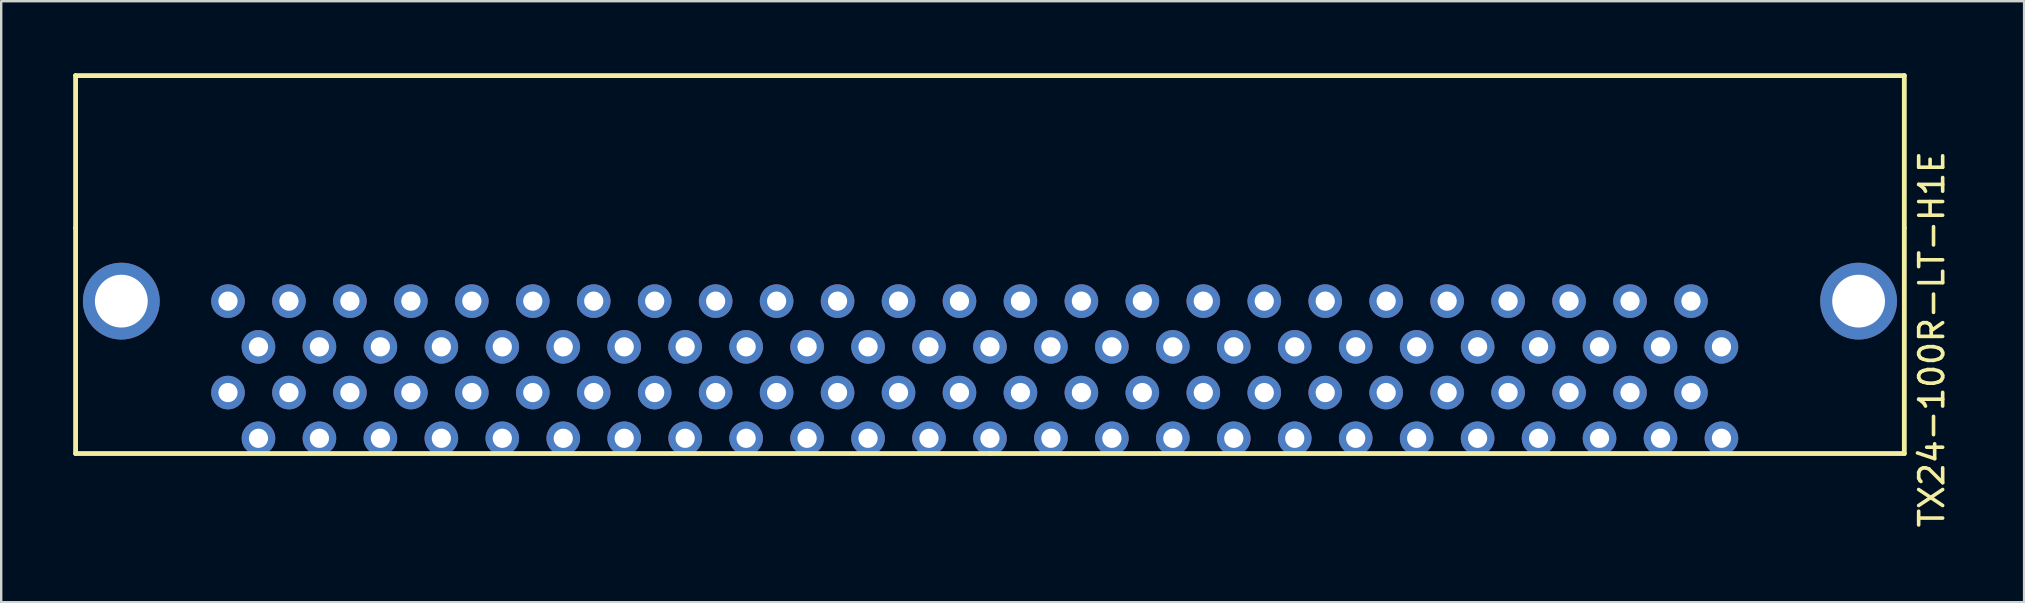
<source format=kicad_pcb>
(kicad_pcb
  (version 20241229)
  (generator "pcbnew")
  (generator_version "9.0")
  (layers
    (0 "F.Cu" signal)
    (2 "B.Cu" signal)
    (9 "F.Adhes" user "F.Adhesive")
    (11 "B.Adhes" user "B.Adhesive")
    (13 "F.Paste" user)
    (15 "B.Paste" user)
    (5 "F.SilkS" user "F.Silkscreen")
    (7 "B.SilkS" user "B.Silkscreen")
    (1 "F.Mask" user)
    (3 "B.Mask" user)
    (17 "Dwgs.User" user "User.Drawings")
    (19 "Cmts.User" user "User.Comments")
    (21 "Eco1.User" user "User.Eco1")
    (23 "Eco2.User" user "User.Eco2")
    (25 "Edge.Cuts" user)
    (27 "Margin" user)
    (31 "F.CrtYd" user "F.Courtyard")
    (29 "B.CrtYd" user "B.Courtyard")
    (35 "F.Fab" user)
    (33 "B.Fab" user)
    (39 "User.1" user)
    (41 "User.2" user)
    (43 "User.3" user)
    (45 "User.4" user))
  (footprint "TX24-100R-LT-H1E"
    (layer "F.Cu")
    (at 68.68 15.213)
    (property "Reference" "TX24-100R-LT-H1E" (at 8.763 -4.128 90) (layer "F.SilkS") (effects (font (size 1 1) (thickness 0.15))))
    (attr through_hole)
    (fp_line (start -68.58 -15.113) (end -68.58 -8.763) (stroke (width 0.2) (type solid)) (layer "F.SilkS"))
    (fp_line (start -68.58 -8.763) (end -68.58 0.635) (stroke (width 0.2) (type solid)) (layer "F.SilkS"))
    (fp_line (start -68.58 0.635) (end -30.48 0.635) (stroke (width 0.2) (type solid)) (layer "F.SilkS"))
    (fp_line (start -30.48 0.635) (end 7.62 0.635) (stroke (width 0.2) (type solid)) (layer "F.SilkS"))
    (fp_line (start 7.62 -15.113) (end -68.58 -15.113) (stroke (width 0.2) (type solid)) (layer "F.SilkS"))
    (fp_line (start 7.62 -8.763) (end 7.62 -15.113) (stroke (width 0.2) (type solid)) (layer "F.SilkS"))
    (fp_line (start 7.62 0.635) (end 7.62 -8.763) (stroke (width 0.2) (type solid)) (layer "F.SilkS"))
    (pad "" np_thru_hole circle (at -66.675 -5.715 180) (size 3.2 3.2) (drill 2.2) (layers "*.Cu" "*.Mask"))
    (pad "" np_thru_hole circle (at 5.715 -5.715 180) (size 3.2 3.2) (drill 2.2) (layers "*.Cu" "*.Mask"))
    (pad "A1" thru_hole circle (at 0 0 180) (size 1.4 1.4) (drill 0.8) (layers "*.Cu" "*.Mask"))
    (pad "A2" thru_hole circle (at -1.27 -1.905 180) (size 1.4 1.4) (drill 0.8) (layers "*.Cu" "*.Mask"))
    (pad "A3" thru_hole circle (at -2.54 0 180) (size 1.4 1.4) (drill 0.8) (layers "*.Cu" "*.Mask"))
    (pad "A4" thru_hole circle (at -3.81 -1.905 180) (size 1.4 1.4) (drill 0.8) (layers "*.Cu" "*.Mask"))
    (pad "A5" thru_hole circle (at -5.08 0 180) (size 1.4 1.4) (drill 0.8) (layers "*.Cu" "*.Mask"))
    (pad "A6" thru_hole circle (at -6.35 -1.905 180) (size 1.4 1.4) (drill 0.8) (layers "*.Cu" "*.Mask"))
    (pad "A7" thru_hole circle (at -7.62 0 180) (size 1.4 1.4) (drill 0.8) (layers "*.Cu" "*.Mask"))
    (pad "A8" thru_hole circle (at -8.89 -1.905 180) (size 1.4 1.4) (drill 0.8) (layers "*.Cu" "*.Mask"))
    (pad "A9" thru_hole circle (at -10.16 0 180) (size 1.4 1.4) (drill 0.8) (layers "*.Cu" "*.Mask"))
    (pad "A10" thru_hole circle (at -11.43 -1.905 180) (size 1.4 1.4) (drill 0.8) (layers "*.Cu" "*.Mask"))
    (pad "A11" thru_hole circle (at -12.7 0 180) (size 1.4 1.4) (drill 0.8) (layers "*.Cu" "*.Mask"))
    (pad "A12" thru_hole circle (at -13.97 -1.905 180) (size 1.4 1.4) (drill 0.8) (layers "*.Cu" "*.Mask"))
    (pad "A13" thru_hole circle (at -15.24 0 180) (size 1.4 1.4) (drill 0.8) (layers "*.Cu" "*.Mask"))
    (pad "A14" thru_hole circle (at -16.51 -1.905 180) (size 1.4 1.4) (drill 0.8) (layers "*.Cu" "*.Mask"))
    (pad "A15" thru_hole circle (at -17.78 0 180) (size 1.4 1.4) (drill 0.8) (layers "*.Cu" "*.Mask"))
    (pad "A16" thru_hole circle (at -19.05 -1.905 180) (size 1.4 1.4) (drill 0.8) (layers "*.Cu" "*.Mask"))
    (pad "A17" thru_hole circle (at -20.32 0 180) (size 1.4 1.4) (drill 0.8) (layers "*.Cu" "*.Mask"))
    (pad "A18" thru_hole circle (at -21.59 -1.905 180) (size 1.4 1.4) (drill 0.8) (layers "*.Cu" "*.Mask"))
    (pad "A19" thru_hole circle (at -22.86 0 180) (size 1.4 1.4) (drill 0.8) (layers "*.Cu" "*.Mask"))
    (pad "A20" thru_hole circle (at -24.13 -1.905 180) (size 1.4 1.4) (drill 0.8) (layers "*.Cu" "*.Mask"))
    (pad "A21" thru_hole circle (at -25.4 0 180) (size 1.4 1.4) (drill 0.8) (layers "*.Cu" "*.Mask"))
    (pad "A22" thru_hole circle (at -26.67 -1.905 180) (size 1.4 1.4) (drill 0.8) (layers "*.Cu" "*.Mask"))
    (pad "A23" thru_hole circle (at -27.94 0 180) (size 1.4 1.4) (drill 0.8) (layers "*.Cu" "*.Mask"))
    (pad "A24" thru_hole circle (at -29.21 -1.905 180) (size 1.4 1.4) (drill 0.8) (layers "*.Cu" "*.Mask"))
    (pad "A25" thru_hole circle (at -30.48 0 180) (size 1.4 1.4) (drill 0.8) (layers "*.Cu" "*.Mask"))
    (pad "A26" thru_hole circle (at -31.75 -1.905 180) (size 1.4 1.4) (drill 0.8) (layers "*.Cu" "*.Mask"))
    (pad "A27" thru_hole circle (at -33.02 0 180) (size 1.4 1.4) (drill 0.8) (layers "*.Cu" "*.Mask"))
    (pad "A28" thru_hole circle (at -34.29 -1.905 180) (size 1.4 1.4) (drill 0.8) (layers "*.Cu" "*.Mask"))
    (pad "A29" thru_hole circle (at -35.56 0 180) (size 1.4 1.4) (drill 0.8) (layers "*.Cu" "*.Mask"))
    (pad "A30" thru_hole circle (at -36.83 -1.905 180) (size 1.4 1.4) (drill 0.8) (layers "*.Cu" "*.Mask"))
    (pad "A31" thru_hole circle (at -38.1 0 180) (size 1.4 1.4) (drill 0.8) (layers "*.Cu" "*.Mask"))
    (pad "A32" thru_hole circle (at -39.37 -1.905 180) (size 1.4 1.4) (drill 0.8) (layers "*.Cu" "*.Mask"))
    (pad "A33" thru_hole circle (at -40.64 0 180) (size 1.4 1.4) (drill 0.8) (layers "*.Cu" "*.Mask"))
    (pad "A34" thru_hole circle (at -41.91 -1.905 180) (size 1.4 1.4) (drill 0.8) (layers "*.Cu" "*.Mask"))
    (pad "A35" thru_hole circle (at -43.18 0 180) (size 1.4 1.4) (drill 0.8) (layers "*.Cu" "*.Mask"))
    (pad "A36" thru_hole circle (at -44.45 -1.905 180) (size 1.4 1.4) (drill 0.8) (layers "*.Cu" "*.Mask"))
    (pad "A37" thru_hole circle (at -45.72 0 180) (size 1.4 1.4) (drill 0.8) (layers "*.Cu" "*.Mask"))
    (pad "A38" thru_hole circle (at -46.99 -1.905 180) (size 1.4 1.4) (drill 0.8) (layers "*.Cu" "*.Mask"))
    (pad "A39" thru_hole circle (at -48.26 0 180) (size 1.4 1.4) (drill 0.8) (layers "*.Cu" "*.Mask"))
    (pad "A40" thru_hole circle (at -49.53 -1.905 180) (size 1.4 1.4) (drill 0.8) (layers "*.Cu" "*.Mask"))
    (pad "A41" thru_hole circle (at -50.8 0 180) (size 1.4 1.4) (drill 0.8) (layers "*.Cu" "*.Mask"))
    (pad "A42" thru_hole circle (at -52.07 -1.905 180) (size 1.4 1.4) (drill 0.8) (layers "*.Cu" "*.Mask"))
    (pad "A43" thru_hole circle (at -53.34 0 180) (size 1.4 1.4) (drill 0.8) (layers "*.Cu" "*.Mask"))
    (pad "A44" thru_hole circle (at -54.61 -1.905 180) (size 1.4 1.4) (drill 0.8) (layers "*.Cu" "*.Mask"))
    (pad "A45" thru_hole circle (at -55.88 0 180) (size 1.4 1.4) (drill 0.8) (layers "*.Cu" "*.Mask"))
    (pad "A46" thru_hole circle (at -57.15 -1.905 180) (size 1.4 1.4) (drill 0.8) (layers "*.Cu" "*.Mask"))
    (pad "A47" thru_hole circle (at -58.42 0 180) (size 1.4 1.4) (drill 0.8) (layers "*.Cu" "*.Mask"))
    (pad "A48" thru_hole circle (at -59.69 -1.905 180) (size 1.4 1.4) (drill 0.8) (layers "*.Cu" "*.Mask"))
    (pad "A49" thru_hole circle (at -60.96 0 180) (size 1.4 1.4) (drill 0.8) (layers "*.Cu" "*.Mask"))
    (pad "A50" thru_hole circle (at -62.23 -1.905 180) (size 1.4 1.4) (drill 0.8) (layers "*.Cu" "*.Mask"))
    (pad "B1" thru_hole circle (at 0 -3.81 180) (size 1.4 1.4) (drill 0.8) (layers "*.Cu" "*.Mask"))
    (pad "B2" thru_hole circle (at -1.27 -5.715 180) (size 1.4 1.4) (drill 0.8) (layers "*.Cu" "*.Mask"))
    (pad "B3" thru_hole circle (at -2.54 -3.81 180) (size 1.4 1.4) (drill 0.8) (layers "*.Cu" "*.Mask"))
    (pad "B4" thru_hole circle (at -3.81 -5.715 180) (size 1.4 1.4) (drill 0.8) (layers "*.Cu" "*.Mask"))
    (pad "B5" thru_hole circle (at -5.08 -3.81 180) (size 1.4 1.4) (drill 0.8) (layers "*.Cu" "*.Mask"))
    (pad "B6" thru_hole circle (at -6.35 -5.715 180) (size 1.4 1.4) (drill 0.8) (layers "*.Cu" "*.Mask"))
    (pad "B7" thru_hole circle (at -7.62 -3.81 180) (size 1.4 1.4) (drill 0.8) (layers "*.Cu" "*.Mask"))
    (pad "B8" thru_hole circle (at -8.89 -5.715 180) (size 1.4 1.4) (drill 0.8) (layers "*.Cu" "*.Mask"))
    (pad "B9" thru_hole circle (at -10.16 -3.81 180) (size 1.4 1.4) (drill 0.8) (layers "*.Cu" "*.Mask"))
    (pad "B10" thru_hole circle (at -11.43 -5.715 180) (size 1.4 1.4) (drill 0.8) (layers "*.Cu" "*.Mask"))
    (pad "B11" thru_hole circle (at -12.7 -3.81 180) (size 1.4 1.4) (drill 0.8) (layers "*.Cu" "*.Mask"))
    (pad "B12" thru_hole circle (at -13.97 -5.715 180) (size 1.4 1.4) (drill 0.8) (layers "*.Cu" "*.Mask"))
    (pad "B13" thru_hole circle (at -15.24 -3.81 180) (size 1.4 1.4) (drill 0.8) (layers "*.Cu" "*.Mask"))
    (pad "B14" thru_hole circle (at -16.51 -5.715 180) (size 1.4 1.4) (drill 0.8) (layers "*.Cu" "*.Mask"))
    (pad "B15" thru_hole circle (at -17.78 -3.81 180) (size 1.4 1.4) (drill 0.8) (layers "*.Cu" "*.Mask"))
    (pad "B16" thru_hole circle (at -19.05 -5.715 180) (size 1.4 1.4) (drill 0.8) (layers "*.Cu" "*.Mask"))
    (pad "B17" thru_hole circle (at -20.32 -3.81 180) (size 1.4 1.4) (drill 0.8) (layers "*.Cu" "*.Mask"))
    (pad "B18" thru_hole circle (at -21.59 -5.715 180) (size 1.4 1.4) (drill 0.8) (layers "*.Cu" "*.Mask"))
    (pad "B19" thru_hole circle (at -22.86 -3.81 180) (size 1.4 1.4) (drill 0.8) (layers "*.Cu" "*.Mask"))
    (pad "B20" thru_hole circle (at -24.13 -5.715 180) (size 1.4 1.4) (drill 0.8) (layers "*.Cu" "*.Mask"))
    (pad "B21" thru_hole circle (at -25.4 -3.81 180) (size 1.4 1.4) (drill 0.8) (layers "*.Cu" "*.Mask"))
    (pad "B22" thru_hole circle (at -26.67 -5.715 180) (size 1.4 1.4) (drill 0.8) (layers "*.Cu" "*.Mask"))
    (pad "B23" thru_hole circle (at -27.94 -3.81 180) (size 1.4 1.4) (drill 0.8) (layers "*.Cu" "*.Mask"))
    (pad "B24" thru_hole circle (at -29.21 -5.715 180) (size 1.4 1.4) (drill 0.8) (layers "*.Cu" "*.Mask"))
    (pad "B25" thru_hole circle (at -30.48 -3.81 180) (size 1.4 1.4) (drill 0.8) (layers "*.Cu" "*.Mask"))
    (pad "B26" thru_hole circle (at -31.75 -5.715 180) (size 1.4 1.4) (drill 0.8) (layers "*.Cu" "*.Mask"))
    (pad "B27" thru_hole circle (at -33.02 -3.81 180) (size 1.4 1.4) (drill 0.8) (layers "*.Cu" "*.Mask"))
    (pad "B28" thru_hole circle (at -34.29 -5.715 180) (size 1.4 1.4) (drill 0.8) (layers "*.Cu" "*.Mask"))
    (pad "B29" thru_hole circle (at -35.56 -3.81 180) (size 1.4 1.4) (drill 0.8) (layers "*.Cu" "*.Mask"))
    (pad "B30" thru_hole circle (at -36.83 -5.715 180) (size 1.4 1.4) (drill 0.8) (layers "*.Cu" "*.Mask"))
    (pad "B31" thru_hole circle (at -38.1 -3.81 180) (size 1.4 1.4) (drill 0.8) (layers "*.Cu" "*.Mask"))
    (pad "B32" thru_hole circle (at -39.37 -5.715 180) (size 1.4 1.4) (drill 0.8) (layers "*.Cu" "*.Mask"))
    (pad "B33" thru_hole circle (at -40.64 -3.81 180) (size 1.4 1.4) (drill 0.8) (layers "*.Cu" "*.Mask"))
    (pad "B34" thru_hole circle (at -41.91 -5.715 180) (size 1.4 1.4) (drill 0.8) (layers "*.Cu" "*.Mask"))
    (pad "B35" thru_hole circle (at -43.18 -3.81 180) (size 1.4 1.4) (drill 0.8) (layers "*.Cu" "*.Mask"))
    (pad "B36" thru_hole circle (at -44.45 -5.715 180) (size 1.4 1.4) (drill 0.8) (layers "*.Cu" "*.Mask"))
    (pad "B37" thru_hole circle (at -45.72 -3.81 180) (size 1.4 1.4) (drill 0.8) (layers "*.Cu" "*.Mask"))
    (pad "B38" thru_hole circle (at -46.99 -5.715 180) (size 1.4 1.4) (drill 0.8) (layers "*.Cu" "*.Mask"))
    (pad "B39" thru_hole circle (at -48.26 -3.81 180) (size 1.4 1.4) (drill 0.8) (layers "*.Cu" "*.Mask"))
    (pad "B40" thru_hole circle (at -49.53 -5.715 180) (size 1.4 1.4) (drill 0.8) (layers "*.Cu" "*.Mask"))
    (pad "B41" thru_hole circle (at -50.8 -3.81 180) (size 1.4 1.4) (drill 0.8) (layers "*.Cu" "*.Mask"))
    (pad "B42" thru_hole circle (at -52.07 -5.715 180) (size 1.4 1.4) (drill 0.8) (layers "*.Cu" "*.Mask"))
    (pad "B43" thru_hole circle (at -53.34 -3.81 180) (size 1.4 1.4) (drill 0.8) (layers "*.Cu" "*.Mask"))
    (pad "B44" thru_hole circle (at -54.61 -5.715 180) (size 1.4 1.4) (drill 0.8) (layers "*.Cu" "*.Mask"))
    (pad "B45" thru_hole circle (at -55.88 -3.81 180) (size 1.4 1.4) (drill 0.8) (layers "*.Cu" "*.Mask"))
    (pad "B46" thru_hole circle (at -57.15 -5.715 180) (size 1.4 1.4) (drill 0.8) (layers "*.Cu" "*.Mask"))
    (pad "B47" thru_hole circle (at -58.42 -3.81 180) (size 1.4 1.4) (drill 0.8) (layers "*.Cu" "*.Mask"))
    (pad "B48" thru_hole circle (at -59.69 -5.715 180) (size 1.4 1.4) (drill 0.8) (layers "*.Cu" "*.Mask"))
    (pad "B49" thru_hole circle (at -60.96 -3.81 180) (size 1.4 1.4) (drill 0.8) (layers "*.Cu" "*.Mask"))
    (pad "B50" thru_hole circle (at -62.23 -5.715 180) (size 1.4 1.4) (drill 0.8) (layers "*.Cu" "*.Mask")))
  (gr_rect
    (start -3 -3)
    (end 81.291 22.044)
    (stroke (width 0.1) (type default))
    (fill no)
    (layer "Edge.Cuts")))
</source>
